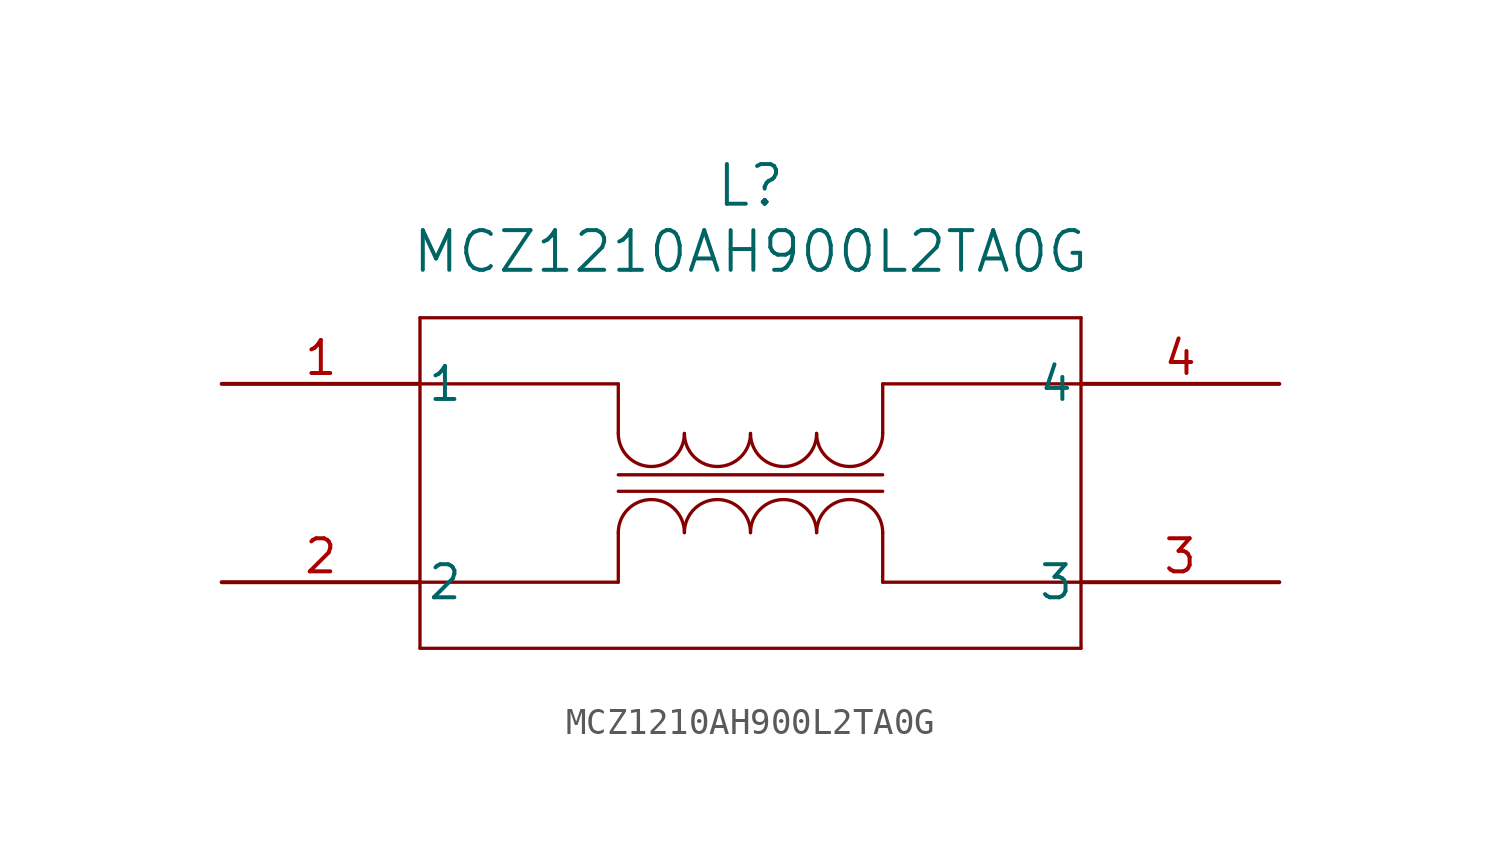
<source format=kicad_sym>
(kicad_symbol_lib
  (version 20211014)
  (generator kicad_symbol_editor)
  (symbol "MCZ1210AH900L2TA0G"
    (pin_names
      (offset 0.254))
    (property "Reference" "L"
      (at 20.32 7.62 0)
      (effects (font (size 1.524 1.524))))
    (property "Value" "MCZ1210AH900L2TA0G"
      (at 20.32 5.08 0)
      (effects (font (size 1.524 1.524))))
    (symbol "MCZ1210AH900L2TA0G_0_1"
      (polyline (pts (xy 7.62 2.54) (xy 7.62 -10.16)) (stroke (width 0.127) (type default) (color 0 0 0 0)) (fill (type none)))
      (polyline (pts (xy 7.62 -10.16) (xy 33.02 -10.16)) (stroke (width 0.127) (type default) (color 0 0 0 0)) (fill (type none)))
      (polyline (pts (xy 33.02 -10.16) (xy 33.02 2.54)) (stroke (width 0.127) (type default) (color 0 0 0 0)) (fill (type none)))
      (polyline (pts (xy 33.02 2.54) (xy 7.62 2.54)) (stroke (width 0.127) (type default) (color 0 0 0 0)) (fill (type none)))
      (arc (start 20.32 -1.905) (mid 21.59 -3.175) (end 22.86 -1.905) (stroke (width 0.127) (type default) (color 0 0 0 0)) (fill (type none)))
      (arc (start 17.78 -1.905) (mid 19.05 -3.175) (end 20.32 -1.905) (stroke (width 0.127) (type default) (color 0 0 0 0)) (fill (type none)))
      (arc (start 15.24 -1.905) (mid 16.51 -3.175) (end 17.78 -1.905) (stroke (width 0.127) (type default) (color 0 0 0 0)) (fill (type none)))
      (arc (start 22.86 -1.905) (mid 24.13 -3.175) (end 25.4 -1.905) (stroke (width 0.127) (type default) (color 0 0 0 0)) (fill (type none)))
      (arc (start 20.32 -5.715) (mid 19.05 -4.445) (end 17.78 -5.715) (stroke (width 0.127) (type default) (color 0 0 0 0)) (fill (type none)))
      (arc (start 22.86 -5.715) (mid 21.59 -4.445) (end 20.32 -5.715) (stroke (width 0.127) (type default) (color 0 0 0 0)) (fill (type none)))
      (arc (start 25.4 -5.715) (mid 24.13 -4.445) (end 22.86 -5.715) (stroke (width 0.127) (type default) (color 0 0 0 0)) (fill (type none)))
      (arc (start 17.78 -5.715) (mid 16.51 -4.445) (end 15.24 -5.715) (stroke (width 0.127) (type default) (color 0 0 0 0)) (fill (type none)))
      (polyline (pts (xy 15.24 -3.493) (xy 25.4 -3.493)) (stroke (width 0.127) (type default) (color 0 0 0 0)) (fill (type none)))
      (polyline (pts (xy 15.24 -4.128) (xy 25.4 -4.128)) (stroke (width 0.127) (type default) (color 0 0 0 0)) (fill (type none)))
      (polyline (pts (xy 15.24 -1.905) (xy 15.24 0)) (stroke (width 0.127) (type default) (color 0 0 0 0)) (fill (type none)))
      (polyline (pts (xy 25.4 -1.905) (xy 25.4 0)) (stroke (width 0.127) (type default) (color 0 0 0 0)) (fill (type none)))
      (polyline (pts (xy 25.4 0) (xy 33.02 0)) (stroke (width 0.127) (type default) (color 0 0 0 0)) (fill (type none)))
      (polyline (pts (xy 15.24 0) (xy 7.62 0)) (stroke (width 0.127) (type default) (color 0 0 0 0)) (fill (type none)))
      (polyline (pts (xy 15.24 -5.715) (xy 15.24 -7.62)) (stroke (width 0.127) (type default) (color 0 0 0 0)) (fill (type none)))
      (polyline (pts (xy 25.4 -5.715) (xy 25.4 -7.62)) (stroke (width 0.127) (type default) (color 0 0 0 0)) (fill (type none)))
      (polyline (pts (xy 15.24 -7.62) (xy 7.62 -7.62)) (stroke (width 0.127) (type default) (color 0 0 0 0)) (fill (type none)))
      (polyline (pts (xy 25.4 -7.62) (xy 33.02 -7.62)) (stroke (width 0.127) (type default) (color 0 0 0 0)) (fill (type none)))
      (pin unspecified line (at 0 0 0) (length 7.62) (name "1" (effects (font (size 1.27 1.27)))) (number "1" (effects (font (size 1.27 1.27)))))
      (pin unspecified line (at 0 -7.62 0) (length 7.62) (name "2" (effects (font (size 1.27 1.27)))) (number "2" (effects (font (size 1.27 1.27)))))
      (pin unspecified line (at 40.64 -7.62 180) (length 7.62) (name "3" (effects (font (size 1.27 1.27)))) (number "3" (effects (font (size 1.27 1.27)))))
      (pin unspecified line (at 40.64 0 180) (length 7.62) (name "4" (effects (font (size 1.27 1.27)))) (number "4" (effects (font (size 1.27 1.27))))))))
</source>
